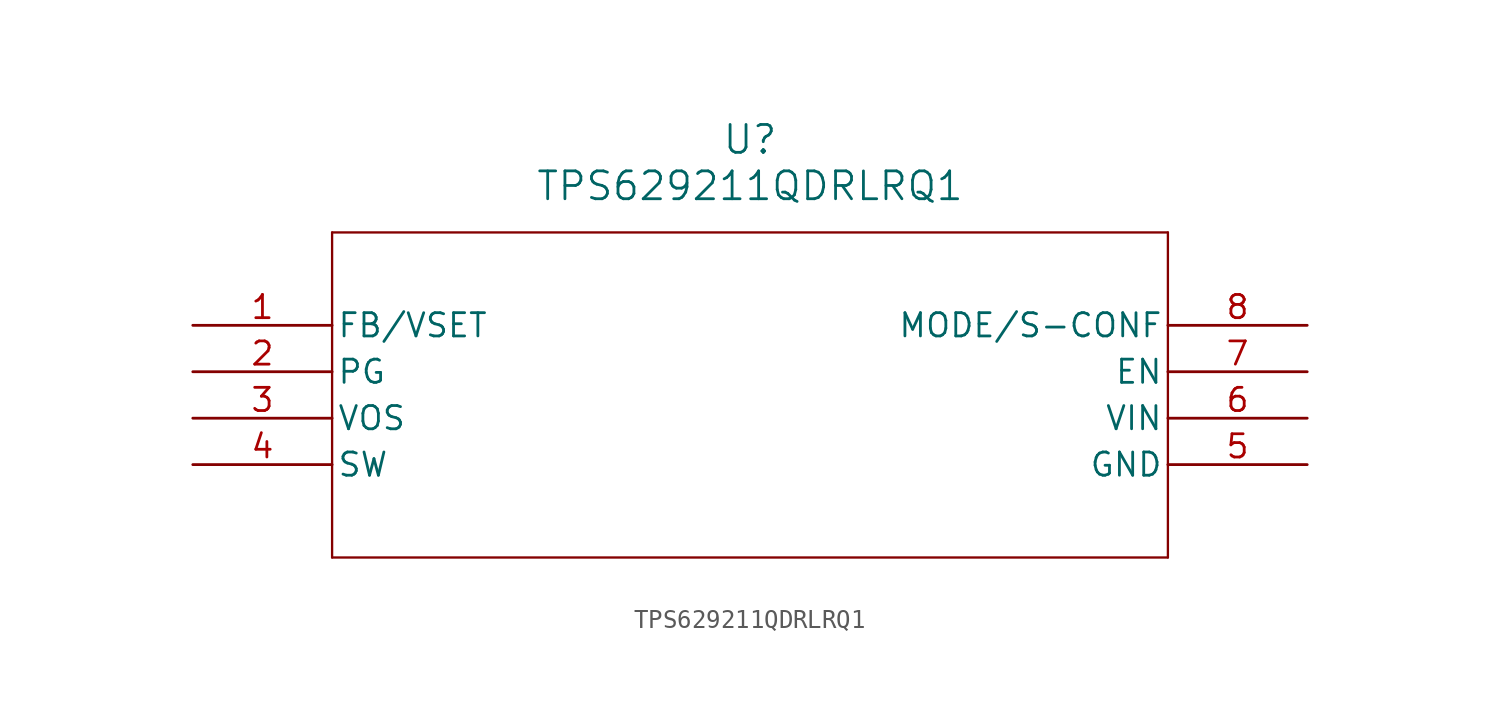
<source format=kicad_sym>
(kicad_symbol_lib
  (version 20231120)
  (generator "kicad_symbol_editor")
  (generator_version "8.0")
  (symbol "TPS629211QDRLRQ1"
    (pin_names
      (offset 0.254))
    (property "Reference" "U"
      (at 30.48 10.16 0)
      (effects (font (size 1.524 1.524))))
    (property "Value" "TPS629211QDRLRQ1"
      (at 30.48 7.62 0)
      (effects (font (size 1.524 1.524))))
    (symbol "TPS629211QDRLRQ1_0_1"
      (polyline (pts (xy 7.62 -12.7) (xy 53.34 -12.7)) (stroke (width 0.127) (type default)) (fill (type none)))
      (polyline (pts (xy 7.62 5.08) (xy 7.62 -12.7)) (stroke (width 0.127) (type default)) (fill (type none)))
      (polyline (pts (xy 53.34 -12.7) (xy 53.34 5.08)) (stroke (width 0.127) (type default)) (fill (type none)))
      (polyline (pts (xy 53.34 5.08) (xy 7.62 5.08)) (stroke (width 0.127) (type default)) (fill (type none)))
      (pin input line (at 0 0 0) (length 7.62) (name "FB/VSET" (effects (font (size 1.27 1.27)))) (number "1" (effects (font (size 1.27 1.27)))))
      (pin output line (at 0 -2.54 0) (length 7.62) (name "PG" (effects (font (size 1.27 1.27)))) (number "2" (effects (font (size 1.27 1.27)))))
      (pin input line (at 0 -5.08 0) (length 7.62) (name "VOS" (effects (font (size 1.27 1.27)))) (number "3" (effects (font (size 1.27 1.27)))))
      (pin unspecified line (at 0 -7.62 0) (length 7.62) (name "SW" (effects (font (size 1.27 1.27)))) (number "4" (effects (font (size 1.27 1.27)))))
      (pin power_out line (at 60.96 -7.62 180) (length 7.62) (name "GND" (effects (font (size 1.27 1.27)))) (number "5" (effects (font (size 1.27 1.27)))))
      (pin input line (at 60.96 -5.08 180) (length 7.62) (name "VIN" (effects (font (size 1.27 1.27)))) (number "6" (effects (font (size 1.27 1.27)))))
      (pin input line (at 60.96 -2.54 180) (length 7.62) (name "EN" (effects (font (size 1.27 1.27)))) (number "7" (effects (font (size 1.27 1.27)))))
      (pin input line (at 60.96 0 180) (length 7.62) (name "MODE/S-CONF" (effects (font (size 1.27 1.27)))) (number "8" (effects (font (size 1.27 1.27))))))))
</source>
